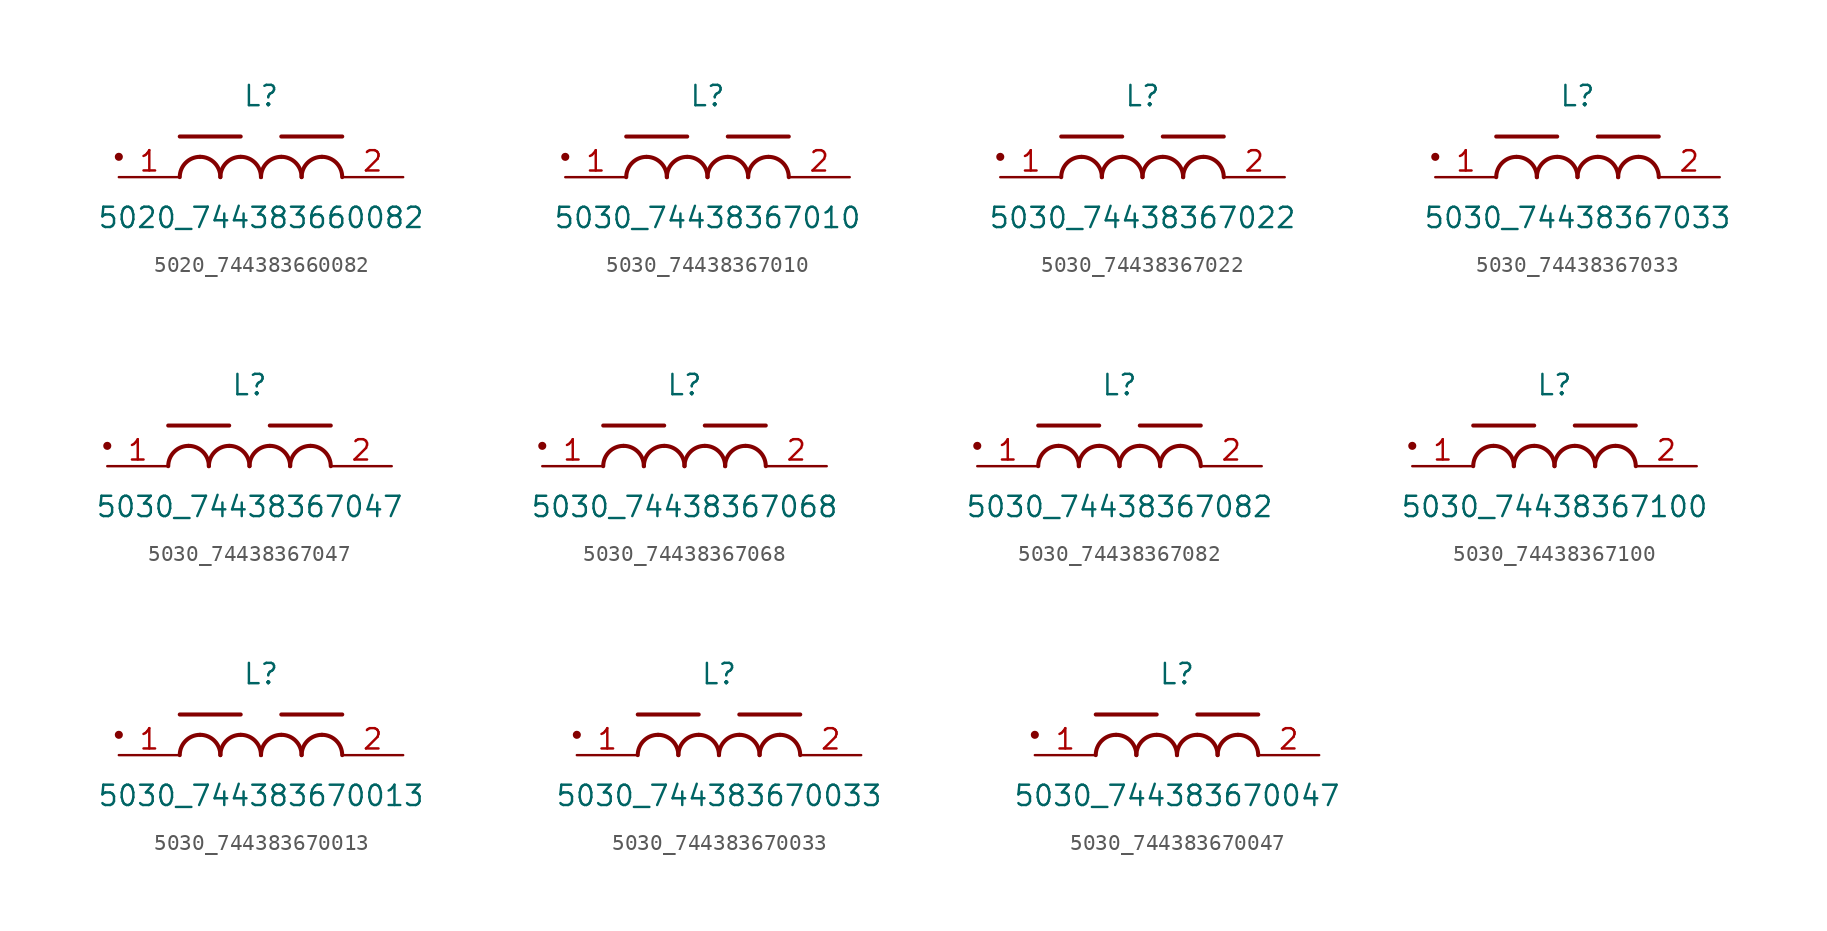
<source format=kicad_sym>
(kicad_symbol_lib
  (version 20211014)
  (generator kicad_symbol_editor)
  (symbol "Inductor_Wurth_WE-MAPI:5020_744383660082"
    (pin_names hide)
    (property "Reference" "L"
      (at 0 5.08 0)
      (effects (font (size 1.27 1.27))))
    (property "Value" "5020_744383660082"
      (at 0 -2.54 0)
      (effects (font (size 1.27 1.27))))
    (symbol "5020_744383660082_0_1"
      (circle (center -8.89 1.27) (radius 0.0001) (stroke (width 0.254)) (stroke (width 0.254) (type default) (color 0 0 0 0)) (fill (type none)))
      (arc (start -3.81 1.27) (mid -4.708 0.898) (end -5.08 0) (stroke (width 0.254) (type default) (color 0 0 0 0)) (fill (type none)))
      (arc (start -2.54 0) (mid -2.912 0.898) (end -3.81 1.27) (stroke (width 0.254) (type default) (color 0 0 0 0)) (fill (type none)))
      (arc (start -1.2699 1.2701) (mid -2.1679 0.8981) (end -2.5399 0.0001) (stroke (width 0.254) (type default) (color 0 0 0 0)) (fill (type none)))
      (polyline (pts (xy -5.08 2.54) (xy -1.27 2.54)) (stroke (width 0.254) (type default) (color 0 0 0 0)) (fill (type none)))
      (polyline (pts (xy 5.08 2.54) (xy 1.27 2.54)) (stroke (width 0.254) (type default) (color 0 0 0 0)) (fill (type none)))
      (arc (start 0.0001 0.0001) (mid -0.3719 0.8981) (end -1.2699 1.2701) (stroke (width 0.254) (type default) (color 0 0 0 0)) (fill (type none)))
      (arc (start 1.2701 1.2701) (mid 0.3721 0.8981) (end 0.0001 0.0001) (stroke (width 0.254) (type default) (color 0 0 0 0)) (fill (type none)))
      (arc (start 2.5401 0.0001) (mid 2.1681 0.8981) (end 1.2701 1.2701) (stroke (width 0.254) (type default) (color 0 0 0 0)) (fill (type none)))
      (arc (start 3.8101 1.2701) (mid 2.9121 0.8981) (end 2.5401 0.0001) (stroke (width 0.254) (type default) (color 0 0 0 0)) (fill (type none)))
      (arc (start 5.0801 0.0001) (mid 4.7081 0.8981) (end 3.8101 1.2701) (stroke (width 0.254) (type default) (color 0 0 0 0)) (fill (type none))))
    (symbol "5020_744383660082_1_1"
      (pin passive line (at -8.89 0 0) (length 3.81) (name "1" (effects (font (size 1.27 1.27)))) (number "1" (effects (font (size 1.27 1.27)))))
      (pin passive line (at 8.89 0 180) (length 3.81) (name "2" (effects (font (size 1.27 1.27)))) (number "2" (effects (font (size 1.27 1.27)))))))
  (symbol "Inductor_Wurth_WE-MAPI:5030_74438367010"
    (pin_names hide)
    (property "Reference" "L"
      (at 0 5.08 0)
      (effects (font (size 1.27 1.27))))
    (property "Value" "5030_74438367010"
      (at 0 -2.54 0)
      (effects (font (size 1.27 1.27))))
    (symbol "5030_74438367010_0_1"
      (circle (center -8.89 1.27) (radius 0.0001) (stroke (width 0.254)) (stroke (width 0.254) (type default) (color 0 0 0 0)) (fill (type none)))
      (arc (start -3.81 1.27) (mid -4.708 0.898) (end -5.08 0) (stroke (width 0.254) (type default) (color 0 0 0 0)) (fill (type none)))
      (arc (start -2.54 0) (mid -2.912 0.898) (end -3.81 1.27) (stroke (width 0.254) (type default) (color 0 0 0 0)) (fill (type none)))
      (arc (start -1.2699 1.2701) (mid -2.1679 0.8981) (end -2.5399 0.0001) (stroke (width 0.254) (type default) (color 0 0 0 0)) (fill (type none)))
      (polyline (pts (xy -5.08 2.54) (xy -1.27 2.54)) (stroke (width 0.254) (type default) (color 0 0 0 0)) (fill (type none)))
      (polyline (pts (xy 5.08 2.54) (xy 1.27 2.54)) (stroke (width 0.254) (type default) (color 0 0 0 0)) (fill (type none)))
      (arc (start 0.0001 0.0001) (mid -0.3719 0.8981) (end -1.2699 1.2701) (stroke (width 0.254) (type default) (color 0 0 0 0)) (fill (type none)))
      (arc (start 1.2701 1.2701) (mid 0.3721 0.8981) (end 0.0001 0.0001) (stroke (width 0.254) (type default) (color 0 0 0 0)) (fill (type none)))
      (arc (start 2.5401 0.0001) (mid 2.1681 0.8981) (end 1.2701 1.2701) (stroke (width 0.254) (type default) (color 0 0 0 0)) (fill (type none)))
      (arc (start 3.8101 1.2701) (mid 2.9121 0.8981) (end 2.5401 0.0001) (stroke (width 0.254) (type default) (color 0 0 0 0)) (fill (type none)))
      (arc (start 5.0801 0.0001) (mid 4.7081 0.8981) (end 3.8101 1.2701) (stroke (width 0.254) (type default) (color 0 0 0 0)) (fill (type none))))
    (symbol "5030_74438367010_1_1"
      (pin passive line (at -8.89 0 0) (length 3.81) (name "1" (effects (font (size 1.27 1.27)))) (number "1" (effects (font (size 1.27 1.27)))))
      (pin passive line (at 8.89 0 180) (length 3.81) (name "2" (effects (font (size 1.27 1.27)))) (number "2" (effects (font (size 1.27 1.27)))))))
  (symbol "Inductor_Wurth_WE-MAPI:5030_74438367022"
    (pin_names hide)
    (property "Reference" "L"
      (at 0 5.08 0)
      (effects (font (size 1.27 1.27))))
    (property "Value" "5030_74438367022"
      (at 0 -2.54 0)
      (effects (font (size 1.27 1.27))))
    (symbol "5030_74438367022_0_1"
      (circle (center -8.89 1.27) (radius 0.0001) (stroke (width 0.254)) (stroke (width 0.254) (type default) (color 0 0 0 0)) (fill (type none)))
      (arc (start -3.81 1.27) (mid -4.708 0.898) (end -5.08 0) (stroke (width 0.254) (type default) (color 0 0 0 0)) (fill (type none)))
      (arc (start -2.54 0) (mid -2.912 0.898) (end -3.81 1.27) (stroke (width 0.254) (type default) (color 0 0 0 0)) (fill (type none)))
      (arc (start -1.2699 1.2701) (mid -2.1679 0.8981) (end -2.5399 0.0001) (stroke (width 0.254) (type default) (color 0 0 0 0)) (fill (type none)))
      (polyline (pts (xy -5.08 2.54) (xy -1.27 2.54)) (stroke (width 0.254) (type default) (color 0 0 0 0)) (fill (type none)))
      (polyline (pts (xy 5.08 2.54) (xy 1.27 2.54)) (stroke (width 0.254) (type default) (color 0 0 0 0)) (fill (type none)))
      (arc (start 0.0001 0.0001) (mid -0.3719 0.8981) (end -1.2699 1.2701) (stroke (width 0.254) (type default) (color 0 0 0 0)) (fill (type none)))
      (arc (start 1.2701 1.2701) (mid 0.3721 0.8981) (end 0.0001 0.0001) (stroke (width 0.254) (type default) (color 0 0 0 0)) (fill (type none)))
      (arc (start 2.5401 0.0001) (mid 2.1681 0.8981) (end 1.2701 1.2701) (stroke (width 0.254) (type default) (color 0 0 0 0)) (fill (type none)))
      (arc (start 3.8101 1.2701) (mid 2.9121 0.8981) (end 2.5401 0.0001) (stroke (width 0.254) (type default) (color 0 0 0 0)) (fill (type none)))
      (arc (start 5.0801 0.0001) (mid 4.7081 0.8981) (end 3.8101 1.2701) (stroke (width 0.254) (type default) (color 0 0 0 0)) (fill (type none))))
    (symbol "5030_74438367022_1_1"
      (pin passive line (at -8.89 0 0) (length 3.81) (name "1" (effects (font (size 1.27 1.27)))) (number "1" (effects (font (size 1.27 1.27)))))
      (pin passive line (at 8.89 0 180) (length 3.81) (name "2" (effects (font (size 1.27 1.27)))) (number "2" (effects (font (size 1.27 1.27)))))))
  (symbol "Inductor_Wurth_WE-MAPI:5030_74438367033"
    (pin_names hide)
    (property "Reference" "L"
      (at 0 5.08 0)
      (effects (font (size 1.27 1.27))))
    (property "Value" "5030_74438367033"
      (at 0 -2.54 0)
      (effects (font (size 1.27 1.27))))
    (symbol "5030_74438367033_0_1"
      (circle (center -8.89 1.27) (radius 0.0001) (stroke (width 0.254)) (stroke (width 0.254) (type default) (color 0 0 0 0)) (fill (type none)))
      (arc (start -3.81 1.27) (mid -4.708 0.898) (end -5.08 0) (stroke (width 0.254) (type default) (color 0 0 0 0)) (fill (type none)))
      (arc (start -2.54 0) (mid -2.912 0.898) (end -3.81 1.27) (stroke (width 0.254) (type default) (color 0 0 0 0)) (fill (type none)))
      (arc (start -1.2699 1.2701) (mid -2.1679 0.8981) (end -2.5399 0.0001) (stroke (width 0.254) (type default) (color 0 0 0 0)) (fill (type none)))
      (polyline (pts (xy -5.08 2.54) (xy -1.27 2.54)) (stroke (width 0.254) (type default) (color 0 0 0 0)) (fill (type none)))
      (polyline (pts (xy 5.08 2.54) (xy 1.27 2.54)) (stroke (width 0.254) (type default) (color 0 0 0 0)) (fill (type none)))
      (arc (start 0.0001 0.0001) (mid -0.3719 0.8981) (end -1.2699 1.2701) (stroke (width 0.254) (type default) (color 0 0 0 0)) (fill (type none)))
      (arc (start 1.2701 1.2701) (mid 0.3721 0.8981) (end 0.0001 0.0001) (stroke (width 0.254) (type default) (color 0 0 0 0)) (fill (type none)))
      (arc (start 2.5401 0.0001) (mid 2.1681 0.8981) (end 1.2701 1.2701) (stroke (width 0.254) (type default) (color 0 0 0 0)) (fill (type none)))
      (arc (start 3.8101 1.2701) (mid 2.9121 0.8981) (end 2.5401 0.0001) (stroke (width 0.254) (type default) (color 0 0 0 0)) (fill (type none)))
      (arc (start 5.0801 0.0001) (mid 4.7081 0.8981) (end 3.8101 1.2701) (stroke (width 0.254) (type default) (color 0 0 0 0)) (fill (type none))))
    (symbol "5030_74438367033_1_1"
      (pin passive line (at -8.89 0 0) (length 3.81) (name "1" (effects (font (size 1.27 1.27)))) (number "1" (effects (font (size 1.27 1.27)))))
      (pin passive line (at 8.89 0 180) (length 3.81) (name "2" (effects (font (size 1.27 1.27)))) (number "2" (effects (font (size 1.27 1.27)))))))
  (symbol "Inductor_Wurth_WE-MAPI:5030_74438367047"
    (pin_names hide)
    (property "Reference" "L"
      (at 0 5.08 0)
      (effects (font (size 1.27 1.27))))
    (property "Value" "5030_74438367047"
      (at 0 -2.54 0)
      (effects (font (size 1.27 1.27))))
    (symbol "5030_74438367047_0_1"
      (circle (center -8.89 1.27) (radius 0.0001) (stroke (width 0.254)) (stroke (width 0.254) (type default) (color 0 0 0 0)) (fill (type none)))
      (arc (start -3.81 1.27) (mid -4.708 0.898) (end -5.08 0) (stroke (width 0.254) (type default) (color 0 0 0 0)) (fill (type none)))
      (arc (start -2.54 0) (mid -2.912 0.898) (end -3.81 1.27) (stroke (width 0.254) (type default) (color 0 0 0 0)) (fill (type none)))
      (arc (start -1.2699 1.2701) (mid -2.1679 0.8981) (end -2.5399 0.0001) (stroke (width 0.254) (type default) (color 0 0 0 0)) (fill (type none)))
      (polyline (pts (xy -5.08 2.54) (xy -1.27 2.54)) (stroke (width 0.254) (type default) (color 0 0 0 0)) (fill (type none)))
      (polyline (pts (xy 5.08 2.54) (xy 1.27 2.54)) (stroke (width 0.254) (type default) (color 0 0 0 0)) (fill (type none)))
      (arc (start 0.0001 0.0001) (mid -0.3719 0.8981) (end -1.2699 1.2701) (stroke (width 0.254) (type default) (color 0 0 0 0)) (fill (type none)))
      (arc (start 1.2701 1.2701) (mid 0.3721 0.8981) (end 0.0001 0.0001) (stroke (width 0.254) (type default) (color 0 0 0 0)) (fill (type none)))
      (arc (start 2.5401 0.0001) (mid 2.1681 0.8981) (end 1.2701 1.2701) (stroke (width 0.254) (type default) (color 0 0 0 0)) (fill (type none)))
      (arc (start 3.8101 1.2701) (mid 2.9121 0.8981) (end 2.5401 0.0001) (stroke (width 0.254) (type default) (color 0 0 0 0)) (fill (type none)))
      (arc (start 5.0801 0.0001) (mid 4.7081 0.8981) (end 3.8101 1.2701) (stroke (width 0.254) (type default) (color 0 0 0 0)) (fill (type none))))
    (symbol "5030_74438367047_1_1"
      (pin passive line (at -8.89 0 0) (length 3.81) (name "1" (effects (font (size 1.27 1.27)))) (number "1" (effects (font (size 1.27 1.27)))))
      (pin passive line (at 8.89 0 180) (length 3.81) (name "2" (effects (font (size 1.27 1.27)))) (number "2" (effects (font (size 1.27 1.27)))))))
  (symbol "Inductor_Wurth_WE-MAPI:5030_74438367068"
    (pin_names hide)
    (property "Reference" "L"
      (at 0 5.08 0)
      (effects (font (size 1.27 1.27))))
    (property "Value" "5030_74438367068"
      (at 0 -2.54 0)
      (effects (font (size 1.27 1.27))))
    (symbol "5030_74438367068_0_1"
      (circle (center -8.89 1.27) (radius 0.0001) (stroke (width 0.254)) (stroke (width 0.254) (type default) (color 0 0 0 0)) (fill (type none)))
      (arc (start -3.81 1.27) (mid -4.708 0.898) (end -5.08 0) (stroke (width 0.254) (type default) (color 0 0 0 0)) (fill (type none)))
      (arc (start -2.54 0) (mid -2.912 0.898) (end -3.81 1.27) (stroke (width 0.254) (type default) (color 0 0 0 0)) (fill (type none)))
      (arc (start -1.2699 1.2701) (mid -2.1679 0.8981) (end -2.5399 0.0001) (stroke (width 0.254) (type default) (color 0 0 0 0)) (fill (type none)))
      (polyline (pts (xy -5.08 2.54) (xy -1.27 2.54)) (stroke (width 0.254) (type default) (color 0 0 0 0)) (fill (type none)))
      (polyline (pts (xy 5.08 2.54) (xy 1.27 2.54)) (stroke (width 0.254) (type default) (color 0 0 0 0)) (fill (type none)))
      (arc (start 0.0001 0.0001) (mid -0.3719 0.8981) (end -1.2699 1.2701) (stroke (width 0.254) (type default) (color 0 0 0 0)) (fill (type none)))
      (arc (start 1.2701 1.2701) (mid 0.3721 0.8981) (end 0.0001 0.0001) (stroke (width 0.254) (type default) (color 0 0 0 0)) (fill (type none)))
      (arc (start 2.5401 0.0001) (mid 2.1681 0.8981) (end 1.2701 1.2701) (stroke (width 0.254) (type default) (color 0 0 0 0)) (fill (type none)))
      (arc (start 3.8101 1.2701) (mid 2.9121 0.8981) (end 2.5401 0.0001) (stroke (width 0.254) (type default) (color 0 0 0 0)) (fill (type none)))
      (arc (start 5.0801 0.0001) (mid 4.7081 0.8981) (end 3.8101 1.2701) (stroke (width 0.254) (type default) (color 0 0 0 0)) (fill (type none))))
    (symbol "5030_74438367068_1_1"
      (pin passive line (at -8.89 0 0) (length 3.81) (name "1" (effects (font (size 1.27 1.27)))) (number "1" (effects (font (size 1.27 1.27)))))
      (pin passive line (at 8.89 0 180) (length 3.81) (name "2" (effects (font (size 1.27 1.27)))) (number "2" (effects (font (size 1.27 1.27)))))))
  (symbol "Inductor_Wurth_WE-MAPI:5030_74438367082"
    (pin_names hide)
    (property "Reference" "L"
      (at 0 5.08 0)
      (effects (font (size 1.27 1.27))))
    (property "Value" "5030_74438367082"
      (at 0 -2.54 0)
      (effects (font (size 1.27 1.27))))
    (symbol "5030_74438367082_0_1"
      (circle (center -8.89 1.27) (radius 0.0001) (stroke (width 0.254)) (stroke (width 0.254) (type default) (color 0 0 0 0)) (fill (type none)))
      (arc (start -3.81 1.27) (mid -4.708 0.898) (end -5.08 0) (stroke (width 0.254) (type default) (color 0 0 0 0)) (fill (type none)))
      (arc (start -2.54 0) (mid -2.912 0.898) (end -3.81 1.27) (stroke (width 0.254) (type default) (color 0 0 0 0)) (fill (type none)))
      (arc (start -1.2699 1.2701) (mid -2.1679 0.8981) (end -2.5399 0.0001) (stroke (width 0.254) (type default) (color 0 0 0 0)) (fill (type none)))
      (polyline (pts (xy -5.08 2.54) (xy -1.27 2.54)) (stroke (width 0.254) (type default) (color 0 0 0 0)) (fill (type none)))
      (polyline (pts (xy 5.08 2.54) (xy 1.27 2.54)) (stroke (width 0.254) (type default) (color 0 0 0 0)) (fill (type none)))
      (arc (start 0.0001 0.0001) (mid -0.3719 0.8981) (end -1.2699 1.2701) (stroke (width 0.254) (type default) (color 0 0 0 0)) (fill (type none)))
      (arc (start 1.2701 1.2701) (mid 0.3721 0.8981) (end 0.0001 0.0001) (stroke (width 0.254) (type default) (color 0 0 0 0)) (fill (type none)))
      (arc (start 2.5401 0.0001) (mid 2.1681 0.8981) (end 1.2701 1.2701) (stroke (width 0.254) (type default) (color 0 0 0 0)) (fill (type none)))
      (arc (start 3.8101 1.2701) (mid 2.9121 0.8981) (end 2.5401 0.0001) (stroke (width 0.254) (type default) (color 0 0 0 0)) (fill (type none)))
      (arc (start 5.0801 0.0001) (mid 4.7081 0.8981) (end 3.8101 1.2701) (stroke (width 0.254) (type default) (color 0 0 0 0)) (fill (type none))))
    (symbol "5030_74438367082_1_1"
      (pin passive line (at -8.89 0 0) (length 3.81) (name "1" (effects (font (size 1.27 1.27)))) (number "1" (effects (font (size 1.27 1.27)))))
      (pin passive line (at 8.89 0 180) (length 3.81) (name "2" (effects (font (size 1.27 1.27)))) (number "2" (effects (font (size 1.27 1.27)))))))
  (symbol "Inductor_Wurth_WE-MAPI:5030_74438367100"
    (pin_names hide)
    (property "Reference" "L"
      (at 0 5.08 0)
      (effects (font (size 1.27 1.27))))
    (property "Value" "5030_74438367100"
      (at 0 -2.54 0)
      (effects (font (size 1.27 1.27))))
    (symbol "5030_74438367100_0_1"
      (circle (center -8.89 1.27) (radius 0.0001) (stroke (width 0.254)) (stroke (width 0.254) (type default) (color 0 0 0 0)) (fill (type none)))
      (arc (start -3.81 1.27) (mid -4.708 0.898) (end -5.08 0) (stroke (width 0.254) (type default) (color 0 0 0 0)) (fill (type none)))
      (arc (start -2.54 0) (mid -2.912 0.898) (end -3.81 1.27) (stroke (width 0.254) (type default) (color 0 0 0 0)) (fill (type none)))
      (arc (start -1.2699 1.2701) (mid -2.1679 0.8981) (end -2.5399 0.0001) (stroke (width 0.254) (type default) (color 0 0 0 0)) (fill (type none)))
      (polyline (pts (xy -5.08 2.54) (xy -1.27 2.54)) (stroke (width 0.254) (type default) (color 0 0 0 0)) (fill (type none)))
      (polyline (pts (xy 5.08 2.54) (xy 1.27 2.54)) (stroke (width 0.254) (type default) (color 0 0 0 0)) (fill (type none)))
      (arc (start 0.0001 0.0001) (mid -0.3719 0.8981) (end -1.2699 1.2701) (stroke (width 0.254) (type default) (color 0 0 0 0)) (fill (type none)))
      (arc (start 1.2701 1.2701) (mid 0.3721 0.8981) (end 0.0001 0.0001) (stroke (width 0.254) (type default) (color 0 0 0 0)) (fill (type none)))
      (arc (start 2.5401 0.0001) (mid 2.1681 0.8981) (end 1.2701 1.2701) (stroke (width 0.254) (type default) (color 0 0 0 0)) (fill (type none)))
      (arc (start 3.8101 1.2701) (mid 2.9121 0.8981) (end 2.5401 0.0001) (stroke (width 0.254) (type default) (color 0 0 0 0)) (fill (type none)))
      (arc (start 5.0801 0.0001) (mid 4.7081 0.8981) (end 3.8101 1.2701) (stroke (width 0.254) (type default) (color 0 0 0 0)) (fill (type none))))
    (symbol "5030_74438367100_1_1"
      (pin passive line (at -8.89 0 0) (length 3.81) (name "1" (effects (font (size 1.27 1.27)))) (number "1" (effects (font (size 1.27 1.27)))))
      (pin passive line (at 8.89 0 180) (length 3.81) (name "2" (effects (font (size 1.27 1.27)))) (number "2" (effects (font (size 1.27 1.27)))))))
  (symbol "Inductor_Wurth_WE-MAPI:5030_744383670013"
    (pin_names hide)
    (property "Reference" "L"
      (at 0 5.08 0)
      (effects (font (size 1.27 1.27))))
    (property "Value" "5030_744383670013"
      (at 0 -2.54 0)
      (effects (font (size 1.27 1.27))))
    (symbol "5030_744383670013_0_1"
      (circle (center -8.89 1.27) (radius 0.0001) (stroke (width 0.254)) (stroke (width 0.254) (type default) (color 0 0 0 0)) (fill (type none)))
      (arc (start -3.81 1.27) (mid -4.708 0.898) (end -5.08 0) (stroke (width 0.254) (type default) (color 0 0 0 0)) (fill (type none)))
      (arc (start -2.54 0) (mid -2.912 0.898) (end -3.81 1.27) (stroke (width 0.254) (type default) (color 0 0 0 0)) (fill (type none)))
      (arc (start -1.2699 1.2701) (mid -2.1679 0.8981) (end -2.5399 0.0001) (stroke (width 0.254) (type default) (color 0 0 0 0)) (fill (type none)))
      (polyline (pts (xy -5.08 2.54) (xy -1.27 2.54)) (stroke (width 0.254) (type default) (color 0 0 0 0)) (fill (type none)))
      (polyline (pts (xy 5.08 2.54) (xy 1.27 2.54)) (stroke (width 0.254) (type default) (color 0 0 0 0)) (fill (type none)))
      (arc (start 0.0001 0.0001) (mid -0.3719 0.8981) (end -1.2699 1.2701) (stroke (width 0.254) (type default) (color 0 0 0 0)) (fill (type none)))
      (arc (start 1.2701 1.2701) (mid 0.3721 0.8981) (end 0.0001 0.0001) (stroke (width 0.254) (type default) (color 0 0 0 0)) (fill (type none)))
      (arc (start 2.5401 0.0001) (mid 2.1681 0.8981) (end 1.2701 1.2701) (stroke (width 0.254) (type default) (color 0 0 0 0)) (fill (type none)))
      (arc (start 3.8101 1.2701) (mid 2.9121 0.8981) (end 2.5401 0.0001) (stroke (width 0.254) (type default) (color 0 0 0 0)) (fill (type none)))
      (arc (start 5.0801 0.0001) (mid 4.7081 0.8981) (end 3.8101 1.2701) (stroke (width 0.254) (type default) (color 0 0 0 0)) (fill (type none))))
    (symbol "5030_744383670013_1_1"
      (pin passive line (at -8.89 0 0) (length 3.81) (name "1" (effects (font (size 1.27 1.27)))) (number "1" (effects (font (size 1.27 1.27)))))
      (pin passive line (at 8.89 0 180) (length 3.81) (name "2" (effects (font (size 1.27 1.27)))) (number "2" (effects (font (size 1.27 1.27)))))))
  (symbol "Inductor_Wurth_WE-MAPI:5030_744383670033"
    (pin_names hide)
    (property "Reference" "L"
      (at 0 5.08 0)
      (effects (font (size 1.27 1.27))))
    (property "Value" "5030_744383670033"
      (at 0 -2.54 0)
      (effects (font (size 1.27 1.27))))
    (symbol "5030_744383670033_0_1"
      (circle (center -8.89 1.27) (radius 0.0001) (stroke (width 0.254)) (stroke (width 0.254) (type default) (color 0 0 0 0)) (fill (type none)))
      (arc (start -3.81 1.27) (mid -4.708 0.898) (end -5.08 0) (stroke (width 0.254) (type default) (color 0 0 0 0)) (fill (type none)))
      (arc (start -2.54 0) (mid -2.912 0.898) (end -3.81 1.27) (stroke (width 0.254) (type default) (color 0 0 0 0)) (fill (type none)))
      (arc (start -1.2699 1.2701) (mid -2.1679 0.8981) (end -2.5399 0.0001) (stroke (width 0.254) (type default) (color 0 0 0 0)) (fill (type none)))
      (polyline (pts (xy -5.08 2.54) (xy -1.27 2.54)) (stroke (width 0.254) (type default) (color 0 0 0 0)) (fill (type none)))
      (polyline (pts (xy 5.08 2.54) (xy 1.27 2.54)) (stroke (width 0.254) (type default) (color 0 0 0 0)) (fill (type none)))
      (arc (start 0.0001 0.0001) (mid -0.3719 0.8981) (end -1.2699 1.2701) (stroke (width 0.254) (type default) (color 0 0 0 0)) (fill (type none)))
      (arc (start 1.2701 1.2701) (mid 0.3721 0.8981) (end 0.0001 0.0001) (stroke (width 0.254) (type default) (color 0 0 0 0)) (fill (type none)))
      (arc (start 2.5401 0.0001) (mid 2.1681 0.8981) (end 1.2701 1.2701) (stroke (width 0.254) (type default) (color 0 0 0 0)) (fill (type none)))
      (arc (start 3.8101 1.2701) (mid 2.9121 0.8981) (end 2.5401 0.0001) (stroke (width 0.254) (type default) (color 0 0 0 0)) (fill (type none)))
      (arc (start 5.0801 0.0001) (mid 4.7081 0.8981) (end 3.8101 1.2701) (stroke (width 0.254) (type default) (color 0 0 0 0)) (fill (type none))))
    (symbol "5030_744383670033_1_1"
      (pin passive line (at -8.89 0 0) (length 3.81) (name "1" (effects (font (size 1.27 1.27)))) (number "1" (effects (font (size 1.27 1.27)))))
      (pin passive line (at 8.89 0 180) (length 3.81) (name "2" (effects (font (size 1.27 1.27)))) (number "2" (effects (font (size 1.27 1.27)))))))
  (symbol "Inductor_Wurth_WE-MAPI:5030_744383670047"
    (pin_names hide)
    (property "Reference" "L"
      (at 0 5.08 0)
      (effects (font (size 1.27 1.27))))
    (property "Value" "5030_744383670047"
      (at 0 -2.54 0)
      (effects (font (size 1.27 1.27))))
    (symbol "5030_744383670047_0_1"
      (circle (center -8.89 1.27) (radius 0.0001) (stroke (width 0.254)) (stroke (width 0.254) (type default) (color 0 0 0 0)) (fill (type none)))
      (arc (start -3.81 1.27) (mid -4.708 0.898) (end -5.08 0) (stroke (width 0.254) (type default) (color 0 0 0 0)) (fill (type none)))
      (arc (start -2.54 0) (mid -2.912 0.898) (end -3.81 1.27) (stroke (width 0.254) (type default) (color 0 0 0 0)) (fill (type none)))
      (arc (start -1.2699 1.2701) (mid -2.1679 0.8981) (end -2.5399 0.0001) (stroke (width 0.254) (type default) (color 0 0 0 0)) (fill (type none)))
      (polyline (pts (xy -5.08 2.54) (xy -1.27 2.54)) (stroke (width 0.254) (type default) (color 0 0 0 0)) (fill (type none)))
      (polyline (pts (xy 5.08 2.54) (xy 1.27 2.54)) (stroke (width 0.254) (type default) (color 0 0 0 0)) (fill (type none)))
      (arc (start 0.0001 0.0001) (mid -0.3719 0.8981) (end -1.2699 1.2701) (stroke (width 0.254) (type default) (color 0 0 0 0)) (fill (type none)))
      (arc (start 1.2701 1.2701) (mid 0.3721 0.8981) (end 0.0001 0.0001) (stroke (width 0.254) (type default) (color 0 0 0 0)) (fill (type none)))
      (arc (start 2.5401 0.0001) (mid 2.1681 0.8981) (end 1.2701 1.2701) (stroke (width 0.254) (type default) (color 0 0 0 0)) (fill (type none)))
      (arc (start 3.8101 1.2701) (mid 2.9121 0.8981) (end 2.5401 0.0001) (stroke (width 0.254) (type default) (color 0 0 0 0)) (fill (type none)))
      (arc (start 5.0801 0.0001) (mid 4.7081 0.8981) (end 3.8101 1.2701) (stroke (width 0.254) (type default) (color 0 0 0 0)) (fill (type none))))
    (symbol "5030_744383670047_1_1"
      (pin passive line (at -8.89 0 0) (length 3.81) (name "1" (effects (font (size 1.27 1.27)))) (number "1" (effects (font (size 1.27 1.27)))))
      (pin passive line (at 8.89 0 180) (length 3.81) (name "2" (effects (font (size 1.27 1.27)))) (number "2" (effects (font (size 1.27 1.27))))))))
</source>
